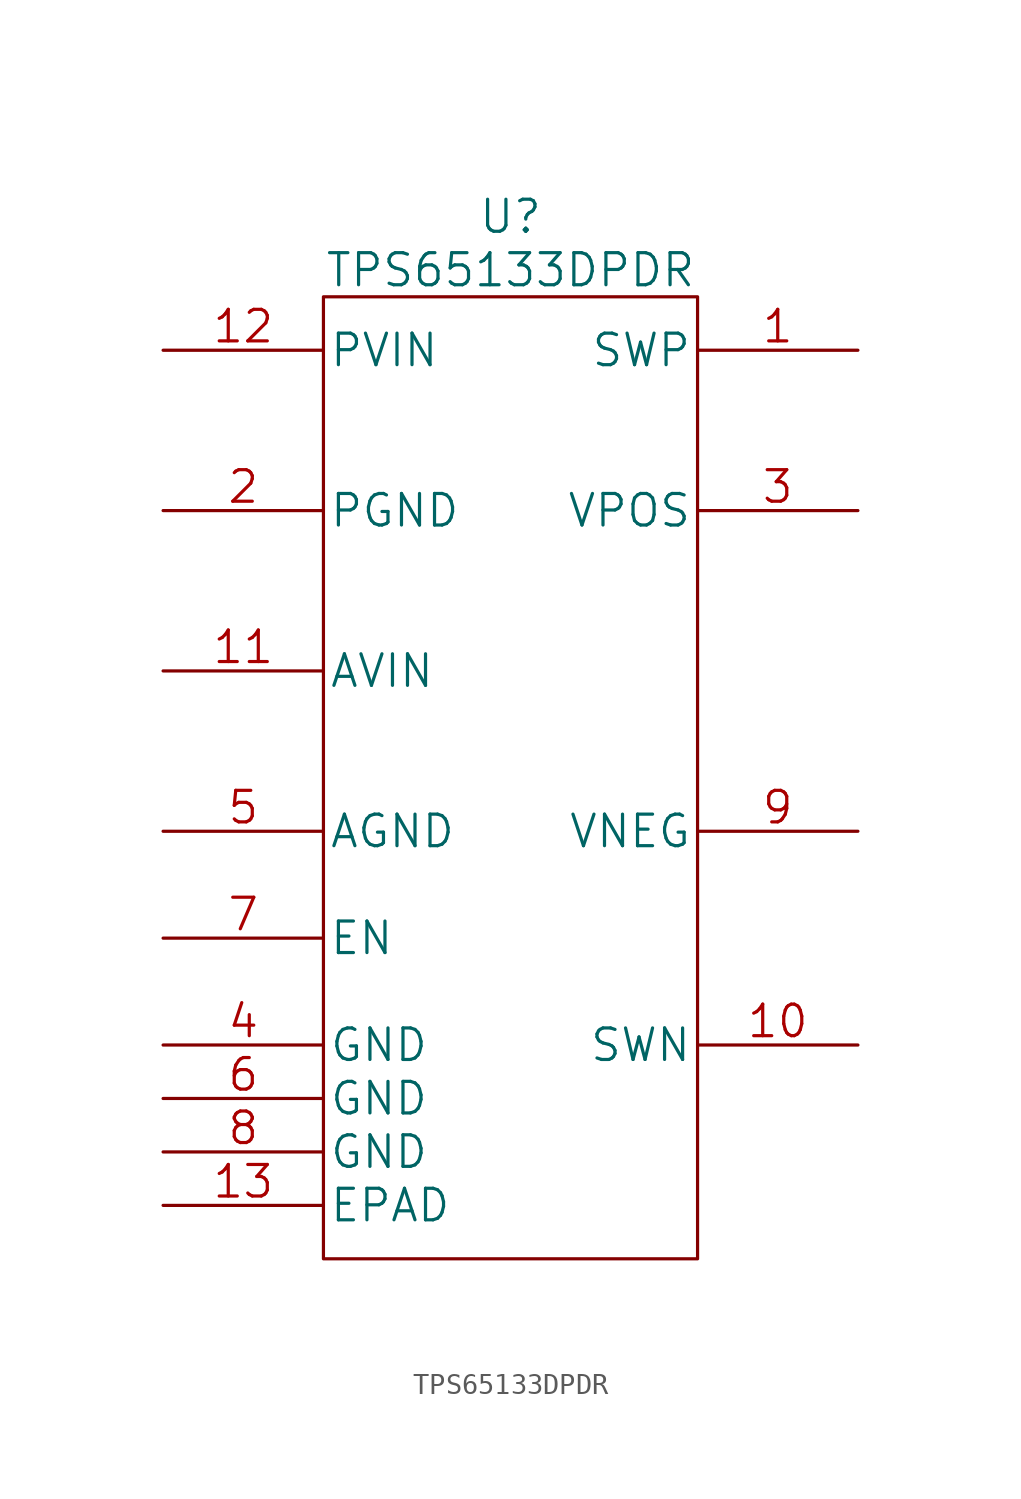
<source format=kicad_sym>
(kicad_symbol_lib
  (version 20211014)
  (generator kicad_symbol_editor)
  (symbol "TPS65133DPDR"
    (pin_names
      (offset 0.254))
    (property "Reference" "U"
      (at 0 24.13 0)
      (effects (font (size 1.524 1.524))))
    (property "Value" "TPS65133DPDR"
      (at 0 21.59 0)
      (effects (font (size 1.524 1.524))))
    (property "Datasheet" ""
      (at -16.51 15.24 0)
      (effects (font (size 1.524 1.524))))
    (symbol "TPS65133DPDR_1_1"
      (rectangle (start -8.89 20.32) (end 8.89 -25.4) (stroke (width 0) (type default) (color 0 0 0 0)) (fill (type none)))
      (pin output line (at 16.51 17.78 180) (length 7.62) (name "SWP" (effects (font (size 1.499 1.499)))) (number "1" (effects (font (size 1.499 1.499)))))
      (pin output line (at 16.51 -15.24 180) (length 7.62) (name "SWN" (effects (font (size 1.499 1.499)))) (number "10" (effects (font (size 1.499 1.499)))))
      (pin power_in line (at -16.51 2.54 0) (length 7.62) (name "AVIN" (effects (font (size 1.499 1.499)))) (number "11" (effects (font (size 1.499 1.499)))))
      (pin power_in line (at -16.51 17.78 0) (length 7.62) (name "PVIN" (effects (font (size 1.499 1.499)))) (number "12" (effects (font (size 1.499 1.499)))))
      (pin power_in line (at -16.51 -22.86 0) (length 7.62) (name "EPAD" (effects (font (size 1.499 1.499)))) (number "13" (effects (font (size 1.499 1.499)))))
      (pin power_in line (at -16.51 10.16 0) (length 7.62) (name "PGND" (effects (font (size 1.499 1.499)))) (number "2" (effects (font (size 1.499 1.499)))))
      (pin power_out line (at 16.51 10.16 180) (length 7.62) (name "VPOS" (effects (font (size 1.499 1.499)))) (number "3" (effects (font (size 1.499 1.499)))))
      (pin power_in line (at -16.51 -15.24 0) (length 7.62) (name "GND" (effects (font (size 1.499 1.499)))) (number "4" (effects (font (size 1.499 1.499)))))
      (pin power_in line (at -16.51 -5.08 0) (length 7.62) (name "AGND" (effects (font (size 1.499 1.499)))) (number "5" (effects (font (size 1.499 1.499)))))
      (pin power_in line (at -16.51 -17.78 0) (length 7.62) (name "GND" (effects (font (size 1.499 1.499)))) (number "6" (effects (font (size 1.499 1.499)))))
      (pin input line (at -16.51 -10.16 0) (length 7.62) (name "EN" (effects (font (size 1.499 1.499)))) (number "7" (effects (font (size 1.499 1.499)))))
      (pin power_in line (at -16.51 -20.32 0) (length 7.62) (name "GND" (effects (font (size 1.499 1.499)))) (number "8" (effects (font (size 1.499 1.499)))))
      (pin power_out line (at 16.51 -5.08 180) (length 7.62) (name "VNEG" (effects (font (size 1.499 1.499)))) (number "9" (effects (font (size 1.499 1.499))))))))
</source>
